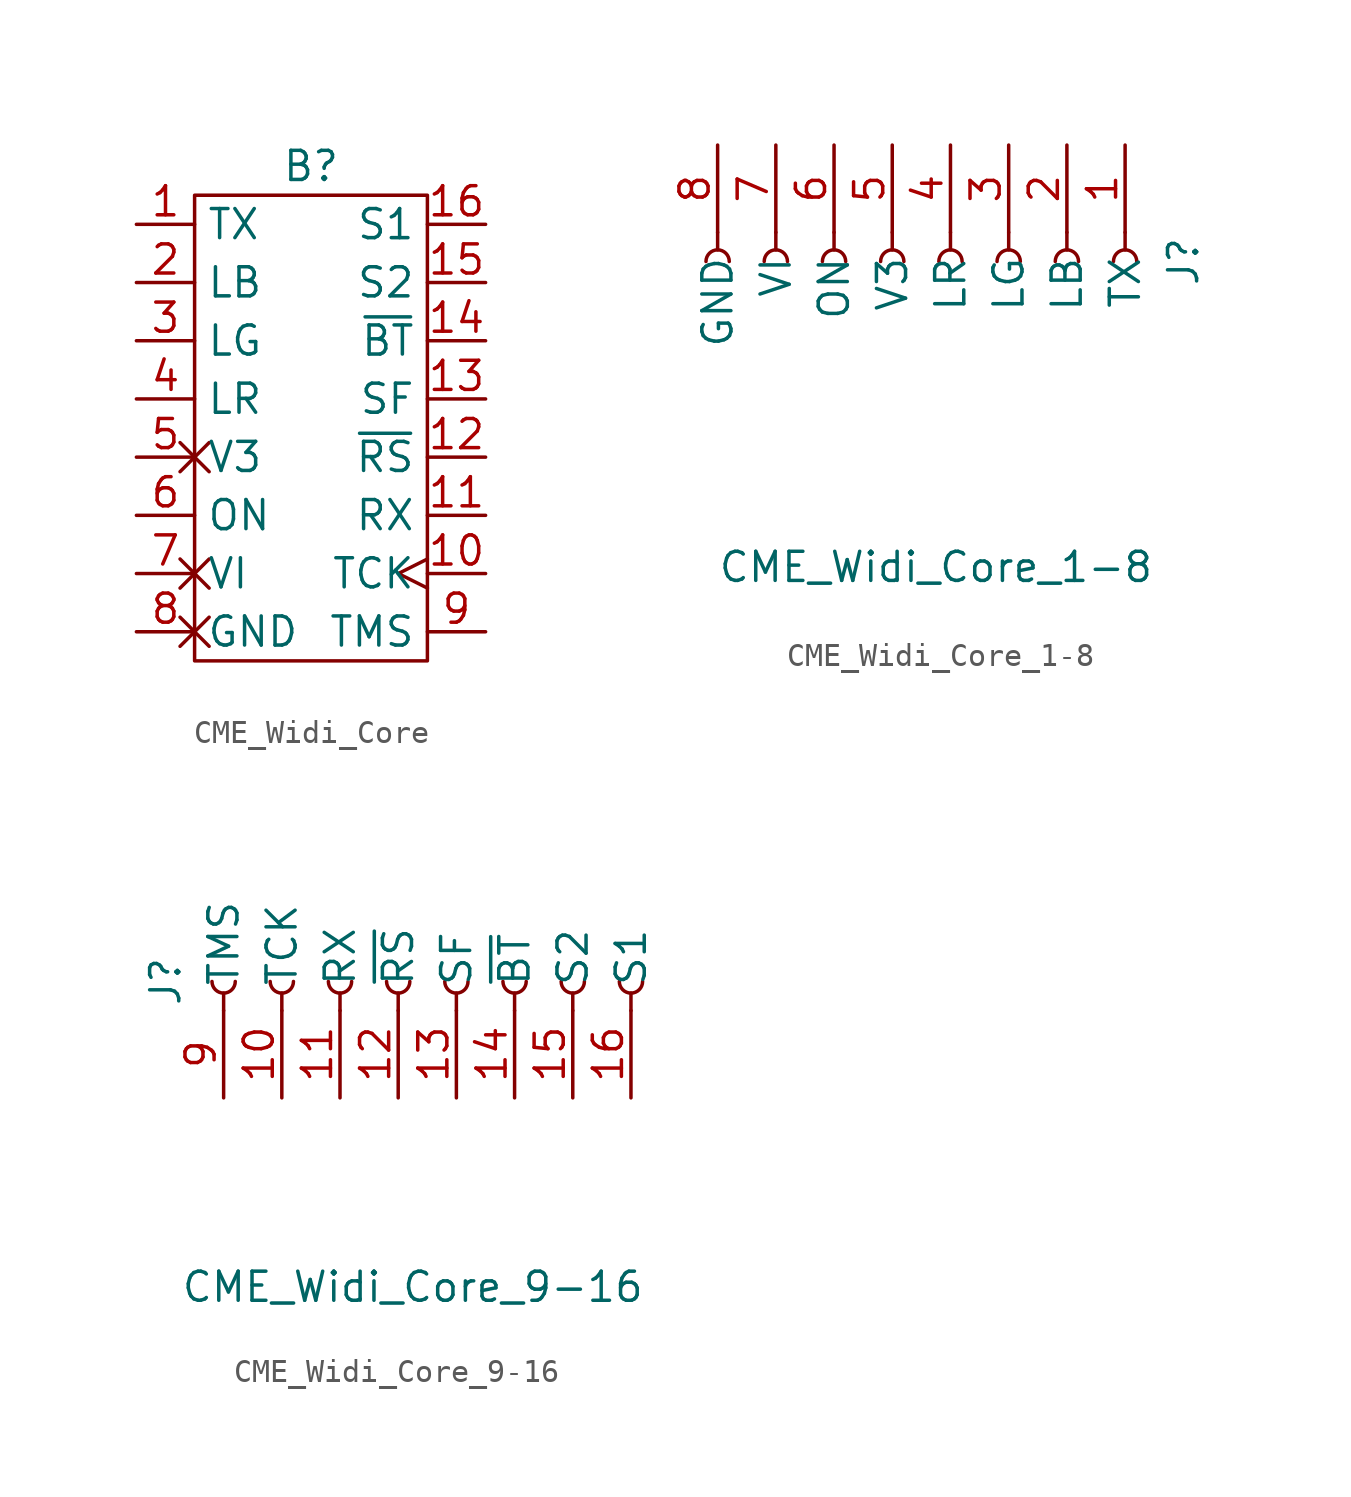
<source format=kicad_sym>
(kicad_symbol_lib
  (version 20220914)
  (generator kicad_symbol_editor)
  (symbol "CME_Widi_Core"
    (property "Reference" "B"
      (at 0 11.43 0)
      (effects (font (size 1.27 1.27))))
    (property "Value" ""
      (at -1.27 -5.08 0)
      (effects (font (size 1.27 1.27))))
    (symbol "CME_Widi_Core_0_1"
      (rectangle (start -5.08 10.16) (end 5.08 -10.16) (stroke (width 0) (type default)) (fill (type none))))
    (symbol "CME_Widi_Core_1_1"
      (pin output line (at -7.62 8.89 0) (length 2.54) (name "TX" (effects (font (size 1.27 1.27)))) (number "1" (effects (font (size 1.27 1.27)))))
      (pin input clock (at 7.62 -6.35 180) (length 2.54) (name "TCK" (effects (font (size 1.27 1.27)))) (number "10" (effects (font (size 1.27 1.27)))))
      (pin input line (at 7.62 -3.81 180) (length 2.54) (name "RX" (effects (font (size 1.27 1.27)))) (number "11" (effects (font (size 1.27 1.27)))))
      (pin input line (at 7.62 -1.27 180) (length 2.54) (name "~{RS}" (effects (font (size 1.27 1.27)))) (number "12" (effects (font (size 1.27 1.27)))))
      (pin input line (at 7.62 1.27 180) (length 2.54) (name "SF" (effects (font (size 1.27 1.27)))) (number "13" (effects (font (size 1.27 1.27)))))
      (pin input line (at 7.62 3.81 180) (length 2.54) (name "~{BT}" (effects (font (size 1.27 1.27)))) (number "14" (effects (font (size 1.27 1.27)))))
      (pin output line (at 7.62 6.35 180) (length 2.54) (name "S2" (effects (font (size 1.27 1.27)))) (number "15" (effects (font (size 1.27 1.27)))))
      (pin output line (at 7.62 8.89 180) (length 2.54) (name "S1" (effects (font (size 1.27 1.27)))) (number "16" (effects (font (size 1.27 1.27)))))
      (pin output line (at -7.62 6.35 0) (length 2.54) (name "LB" (effects (font (size 1.27 1.27)))) (number "2" (effects (font (size 1.27 1.27)))))
      (pin output line (at -7.62 3.81 0) (length 2.54) (name "LG" (effects (font (size 1.27 1.27)))) (number "3" (effects (font (size 1.27 1.27)))))
      (pin output line (at -7.62 1.27 0) (length 2.54) (name "LR" (effects (font (size 1.27 1.27)))) (number "4" (effects (font (size 1.27 1.27)))))
      (pin power_out non_logic (at -7.62 -1.27 0) (length 2.54) (name "V3" (effects (font (size 1.27 1.27)))) (number "5" (effects (font (size 1.27 1.27)))))
      (pin input line (at -7.62 -3.81 0) (length 2.54) (name "ON" (effects (font (size 1.27 1.27)))) (number "6" (effects (font (size 1.27 1.27)))))
      (pin power_in non_logic (at -7.62 -6.35 0) (length 2.54) (name "VI" (effects (font (size 1.27 1.27)))) (number "7" (effects (font (size 1.27 1.27)))))
      (pin power_in non_logic (at -7.62 -8.89 0) (length 2.54) (name "GND" (effects (font (size 1.27 1.27)))) (number "8" (effects (font (size 1.27 1.27)))))
      (pin bidirectional line (at 7.62 -8.89 180) (length 2.54) (name "TMS" (effects (font (size 1.27 1.27)))) (number "9" (effects (font (size 1.27 1.27)))))))
  (symbol "CME_Widi_Core_1-8"
    (pin_names
      (offset 1.016))
    (property "Reference" "J"
      (at 10.795 0.635 90)
      (effects (font (size 1.27 1.27))))
    (property "Value" "CME_Widi_Core_1-8"
      (at 0 -12.7 0)
      (effects (font (size 1.27 1.27))))
    (symbol "CME_Widi_Core_1-8_1_1"
      (arc (start -9.017 0.635) (mid -9.525 1.1408) (end -10.033 0.635) (stroke (width 0.1524) (type default)) (fill (type none)))
      (arc (start -6.477 0.635) (mid -6.985 1.1408) (end -7.493 0.635) (stroke (width 0.1524) (type default)) (fill (type none)))
      (arc (start -3.937 0.635) (mid -4.445 1.1408) (end -4.953 0.635) (stroke (width 0.1524) (type default)) (fill (type none)))
      (arc (start -1.397 0.635) (mid -1.905 1.1408) (end -2.413 0.635) (stroke (width 0.1524) (type default)) (fill (type none)))
      (polyline (pts (xy -9.525 1.905) (xy -9.525 1.143)) (stroke (width 0.152) (type default)) (fill (type none)))
      (polyline (pts (xy -6.985 1.905) (xy -6.985 1.143)) (stroke (width 0.152) (type default)) (fill (type none)))
      (polyline (pts (xy -4.445 1.905) (xy -4.445 1.143)) (stroke (width 0.152) (type default)) (fill (type none)))
      (polyline (pts (xy -1.905 1.905) (xy -1.905 1.143)) (stroke (width 0.152) (type default)) (fill (type none)))
      (polyline (pts (xy 0.635 1.905) (xy 0.635 1.143)) (stroke (width 0.152) (type default)) (fill (type none)))
      (polyline (pts (xy 3.175 1.905) (xy 3.175 1.143)) (stroke (width 0.152) (type default)) (fill (type none)))
      (polyline (pts (xy 5.715 1.905) (xy 5.715 1.143)) (stroke (width 0.152) (type default)) (fill (type none)))
      (polyline (pts (xy 8.255 1.905) (xy 8.255 1.143)) (stroke (width 0.152) (type default)) (fill (type none)))
      (arc (start 1.143 0.635) (mid 0.635 1.1408) (end 0.127 0.635) (stroke (width 0.1524) (type default)) (fill (type none)))
      (arc (start 3.683 0.635) (mid 3.175 1.1408) (end 2.667 0.635) (stroke (width 0.1524) (type default)) (fill (type none)))
      (arc (start 6.223 0.635) (mid 5.715 1.1408) (end 5.207 0.635) (stroke (width 0.1524) (type default)) (fill (type none)))
      (arc (start 8.763 0.635) (mid 8.255 1.1408) (end 7.747 0.635) (stroke (width 0.1524) (type default)) (fill (type none)))
      (pin passive line (at 8.255 5.715 270) (length 3.81) (name "TX" (effects (font (size 1.27 1.27)))) (number "1" (effects (font (size 1.27 1.27)))))
      (pin passive line (at 5.715 5.715 270) (length 3.81) (name "LB" (effects (font (size 1.27 1.27)))) (number "2" (effects (font (size 1.27 1.27)))))
      (pin passive line (at 3.175 5.715 270) (length 3.81) (name "LG" (effects (font (size 1.27 1.27)))) (number "3" (effects (font (size 1.27 1.27)))))
      (pin passive line (at 0.635 5.715 270) (length 3.81) (name "LR" (effects (font (size 1.27 1.27)))) (number "4" (effects (font (size 1.27 1.27)))))
      (pin power_out line (at -1.905 5.715 270) (length 3.81) (name "V3" (effects (font (size 1.27 1.27)))) (number "5" (effects (font (size 1.27 1.27)))))
      (pin passive line (at -4.445 5.715 270) (length 3.81) (name "ON" (effects (font (size 1.27 1.27)))) (number "6" (effects (font (size 1.27 1.27)))))
      (pin power_in line (at -6.985 5.715 270) (length 3.81) (name "VI" (effects (font (size 1.27 1.27)))) (number "7" (effects (font (size 1.27 1.27)))))
      (pin power_in line (at -9.525 5.715 270) (length 3.81) (name "GND" (effects (font (size 1.27 1.27)))) (number "8" (effects (font (size 1.27 1.27)))))))
  (symbol "CME_Widi_Core_9-16"
    (pin_names
      (offset 1.016))
    (property "Reference" "J"
      (at -10.795 0.635 90)
      (effects (font (size 1.27 1.27))))
    (property "Value" "CME_Widi_Core_9-16"
      (at 0 -12.7 0)
      (effects (font (size 1.27 1.27))))
    (symbol "CME_Widi_Core_9-16_1_1"
      (arc (start -8.763 0.635) (mid -8.255 0.1292) (end -7.747 0.635) (stroke (width 0.1524) (type default)) (fill (type none)))
      (arc (start -6.223 0.635) (mid -5.715 0.1292) (end -5.207 0.635) (stroke (width 0.1524) (type default)) (fill (type none)))
      (arc (start -3.683 0.635) (mid -3.175 0.1292) (end -2.667 0.635) (stroke (width 0.1524) (type default)) (fill (type none)))
      (arc (start -1.143 0.635) (mid -0.635 0.1292) (end -0.127 0.635) (stroke (width 0.1524) (type default)) (fill (type none)))
      (polyline (pts (xy -8.255 -0.635) (xy -8.255 0.127)) (stroke (width 0.152) (type default)) (fill (type none)))
      (polyline (pts (xy -5.715 -0.635) (xy -5.715 0.127)) (stroke (width 0.152) (type default)) (fill (type none)))
      (polyline (pts (xy -3.175 -0.635) (xy -3.175 0.127)) (stroke (width 0.152) (type default)) (fill (type none)))
      (polyline (pts (xy -0.635 -0.635) (xy -0.635 0.127)) (stroke (width 0.152) (type default)) (fill (type none)))
      (polyline (pts (xy 1.905 -0.635) (xy 1.905 0.127)) (stroke (width 0.152) (type default)) (fill (type none)))
      (polyline (pts (xy 4.445 -0.635) (xy 4.445 0.127)) (stroke (width 0.152) (type default)) (fill (type none)))
      (polyline (pts (xy 6.985 -0.635) (xy 6.985 0.127)) (stroke (width 0.152) (type default)) (fill (type none)))
      (polyline (pts (xy 9.525 -0.635) (xy 9.525 0.127)) (stroke (width 0.152) (type default)) (fill (type none)))
      (arc (start 1.397 0.635) (mid 1.905 0.1292) (end 2.413 0.635) (stroke (width 0.1524) (type default)) (fill (type none)))
      (arc (start 3.937 0.635) (mid 4.445 0.1292) (end 4.953 0.635) (stroke (width 0.1524) (type default)) (fill (type none)))
      (arc (start 6.477 0.635) (mid 6.985 0.1292) (end 7.493 0.635) (stroke (width 0.1524) (type default)) (fill (type none)))
      (arc (start 9.017 0.635) (mid 9.525 0.1292) (end 10.033 0.635) (stroke (width 0.1524) (type default)) (fill (type none)))
      (pin passive line (at -5.715 -4.445 90) (length 3.81) (name "TCK" (effects (font (size 1.27 1.27)))) (number "10" (effects (font (size 1.27 1.27)))))
      (pin passive line (at -3.175 -4.445 90) (length 3.81) (name "RX" (effects (font (size 1.27 1.27)))) (number "11" (effects (font (size 1.27 1.27)))))
      (pin passive line (at -0.635 -4.445 90) (length 3.81) (name "~{RS}" (effects (font (size 1.27 1.27)))) (number "12" (effects (font (size 1.27 1.27)))))
      (pin passive line (at 1.905 -4.445 90) (length 3.81) (name "SF" (effects (font (size 1.27 1.27)))) (number "13" (effects (font (size 1.27 1.27)))))
      (pin passive line (at 4.445 -4.445 90) (length 3.81) (name "~{BT}" (effects (font (size 1.27 1.27)))) (number "14" (effects (font (size 1.27 1.27)))))
      (pin passive line (at 6.985 -4.445 90) (length 3.81) (name "S2" (effects (font (size 1.27 1.27)))) (number "15" (effects (font (size 1.27 1.27)))))
      (pin passive line (at 9.525 -4.445 90) (length 3.81) (name "S1" (effects (font (size 1.27 1.27)))) (number "16" (effects (font (size 1.27 1.27)))))
      (pin passive line (at -8.255 -4.445 90) (length 3.81) (name "TMS" (effects (font (size 1.27 1.27)))) (number "9" (effects (font (size 1.27 1.27))))))))
</source>
